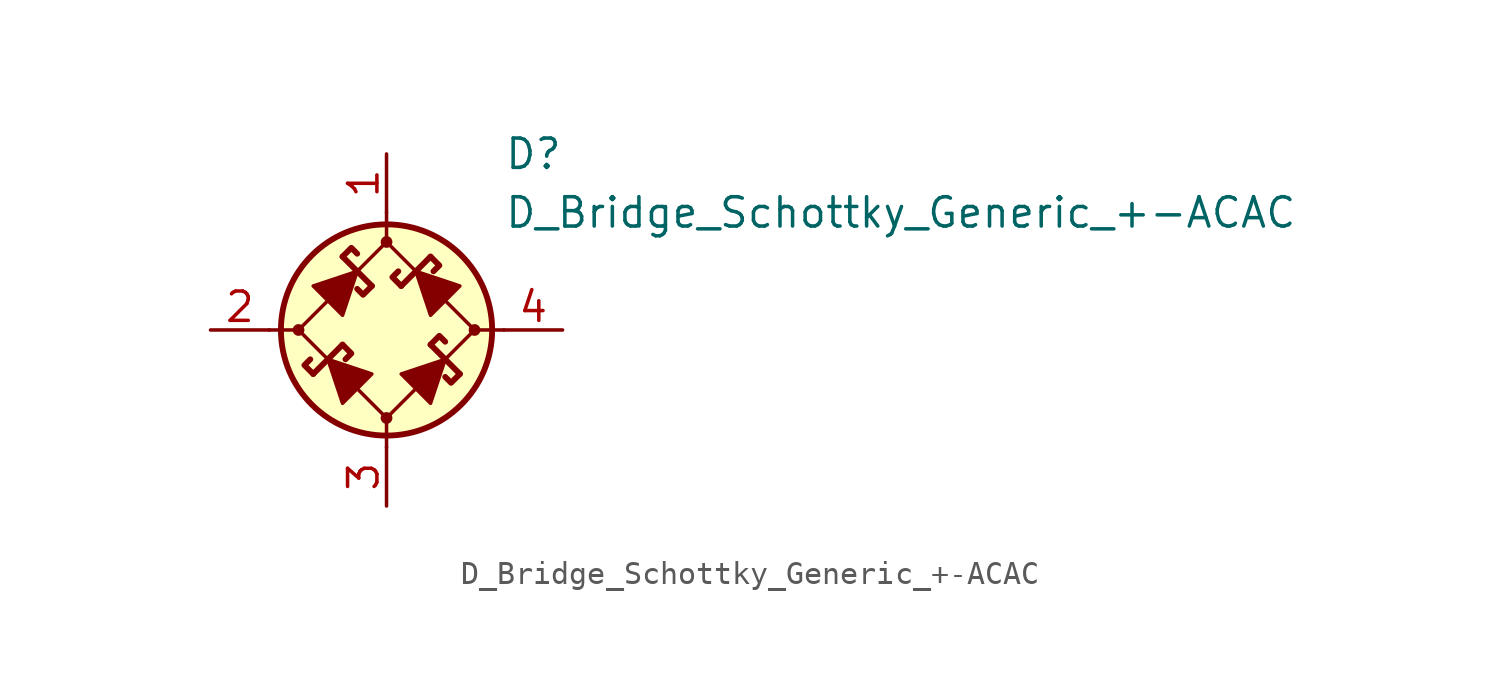
<source format=kicad_sym>
(kicad_symbol_lib
  (version 20211014)
  (generator kicad_symbol_editor)
  (symbol "D_Bridge_Schottky_Generic_+-ACAC"
    (pin_names
      (offset 1.016) hide)
    (property "Reference" "D"
      (at 5.08 7.62 0)
      (effects (font (size 1.27 1.27)) (justify left)))
    (property "Value" "D_Bridge_Schottky_Generic_+-ACAC"
      (at 5.08 5.08 0)
      (effects (font (size 1.27 1.27)) (justify left)))
    (symbol "D_Bridge_Schottky_Generic_+-ACAC_0_1"
      (circle (center -3.81 0) (radius 0.178) (stroke (width 0) (type default) (color 0 0 0 0)) (fill (type outline)))
      (polyline (pts (xy -5.08 0) (xy -3.81 0)) (stroke (width 0) (type default) (color 0 0 0 0)) (fill (type none)))
      (polyline (pts (xy -1.905 -0.635) (xy -3.175 -1.905)) (stroke (width 0.254) (type default) (color 0 0 0 0)) (fill (type none)))
      (polyline (pts (xy -1.905 3.175) (xy -0.635 1.905)) (stroke (width 0.254) (type default) (color 0 0 0 0)) (fill (type none)))
      (polyline (pts (xy 0 -5.08) (xy 0 -3.81)) (stroke (width 0) (type default) (color 0 0 0 0)) (fill (type none)))
      (polyline (pts (xy 0 5.08) (xy 0 3.81)) (stroke (width 0) (type default) (color 0 0 0 0)) (fill (type none)))
      (polyline (pts (xy 0.635 1.905) (xy 1.905 3.175)) (stroke (width 0.254) (type default) (color 0 0 0 0)) (fill (type none)))
      (polyline (pts (xy 3.175 -1.905) (xy 1.905 -0.635)) (stroke (width 0.254) (type default) (color 0 0 0 0)) (fill (type none)))
      (polyline (pts (xy 5.08 0) (xy 3.81 0)) (stroke (width 0) (type default) (color 0 0 0 0)) (fill (type none)))
      (polyline (pts (xy -2.54 -1.27) (xy -1.905 -3.175) (xy -0.635 -1.905) (xy -2.54 -1.27)) (stroke (width 0) (type default) (color 0 0 0 0)) (fill (type outline)))
      (polyline (pts (xy -1.27 2.54) (xy -1.905 0.635) (xy -3.175 1.905) (xy -1.27 2.54)) (stroke (width 0) (type default) (color 0 0 0 0)) (fill (type outline)))
      (polyline (pts (xy 1.27 2.54) (xy 3.175 1.905) (xy 1.905 0.635) (xy 1.27 2.54)) (stroke (width 0) (type default) (color 0 0 0 0)) (fill (type outline)))
      (polyline (pts (xy 2.54 -1.27) (xy 0.635 -1.905) (xy 1.905 -3.175) (xy 2.54 -1.27)) (stroke (width 0) (type default) (color 0 0 0 0)) (fill (type outline)))
      (polyline (pts (xy 0 3.81) (xy -3.81 0) (xy 0 -3.81) (xy 3.81 0) (xy 0 3.81)) (stroke (width 0) (type default) (color 0 0 0 0)) (fill (type none)))
      (circle (center 0 0) (radius 4.572) (stroke (width 0.254) (type default) (color 0 0 0 0)) (fill (type background))))
    (symbol "D_Bridge_Schottky_Generic_+-ACAC_1_1"
      (circle (center 0 -3.81) (radius 0.178) (stroke (width 0) (type default) (color 0 0 0 0)) (fill (type outline)))
      (polyline (pts (xy -3.175 -1.905) (xy -3.556 -1.524) (xy -3.302 -1.27)) (stroke (width 0.254) (type default) (color 0 0 0 0)) (fill (type none)))
      (polyline (pts (xy -1.905 -0.635) (xy -1.524 -1.016) (xy -1.778 -1.27)) (stroke (width 0.254) (type default) (color 0 0 0 0)) (fill (type none)))
      (polyline (pts (xy -1.905 3.175) (xy -1.524 3.556) (xy -1.27 3.302)) (stroke (width 0.254) (type default) (color 0 0 0 0)) (fill (type none)))
      (polyline (pts (xy -0.635 1.905) (xy -1.016 1.524) (xy -1.27 1.778)) (stroke (width 0.254) (type default) (color 0 0 0 0)) (fill (type none)))
      (polyline (pts (xy 0.635 1.905) (xy 0.254 2.286) (xy 0.508 2.54)) (stroke (width 0.254) (type default) (color 0 0 0 0)) (fill (type none)))
      (polyline (pts (xy 1.905 -0.635) (xy 2.286 -0.254) (xy 2.54 -0.508)) (stroke (width 0.254) (type default) (color 0 0 0 0)) (fill (type none)))
      (polyline (pts (xy 1.905 3.175) (xy 2.286 2.794) (xy 2.032 2.54)) (stroke (width 0.254) (type default) (color 0 0 0 0)) (fill (type none)))
      (polyline (pts (xy 3.175 -1.905) (xy 2.794 -2.286) (xy 2.54 -2.032)) (stroke (width 0.254) (type default) (color 0 0 0 0)) (fill (type none)))
      (circle (center 0 3.81) (radius 0.178) (stroke (width 0) (type default) (color 0 0 0 0)) (fill (type outline)))
      (circle (center 3.81 0) (radius 0.178) (stroke (width 0) (type default) (color 0 0 0 0)) (fill (type outline)))
      (pin passive line (at 0 7.62 270) (length 2.54) (name "+" (effects (font (size 1.27 1.27)))) (number "1" (effects (font (size 1.27 1.27)))))
      (pin passive line (at -7.62 0 0) (length 2.54) (name "1" (effects (font (size 1.27 1.27)))) (number "2" (effects (font (size 1.27 1.27)))))
      (pin passive line (at 0 -7.62 90) (length 2.54) (name "-" (effects (font (size 1.27 1.27)))) (number "3" (effects (font (size 1.27 1.27)))))
      (pin passive line (at 7.62 0 180) (length 2.54) (name "2" (effects (font (size 1.27 1.27)))) (number "4" (effects (font (size 1.27 1.27))))))))
</source>
